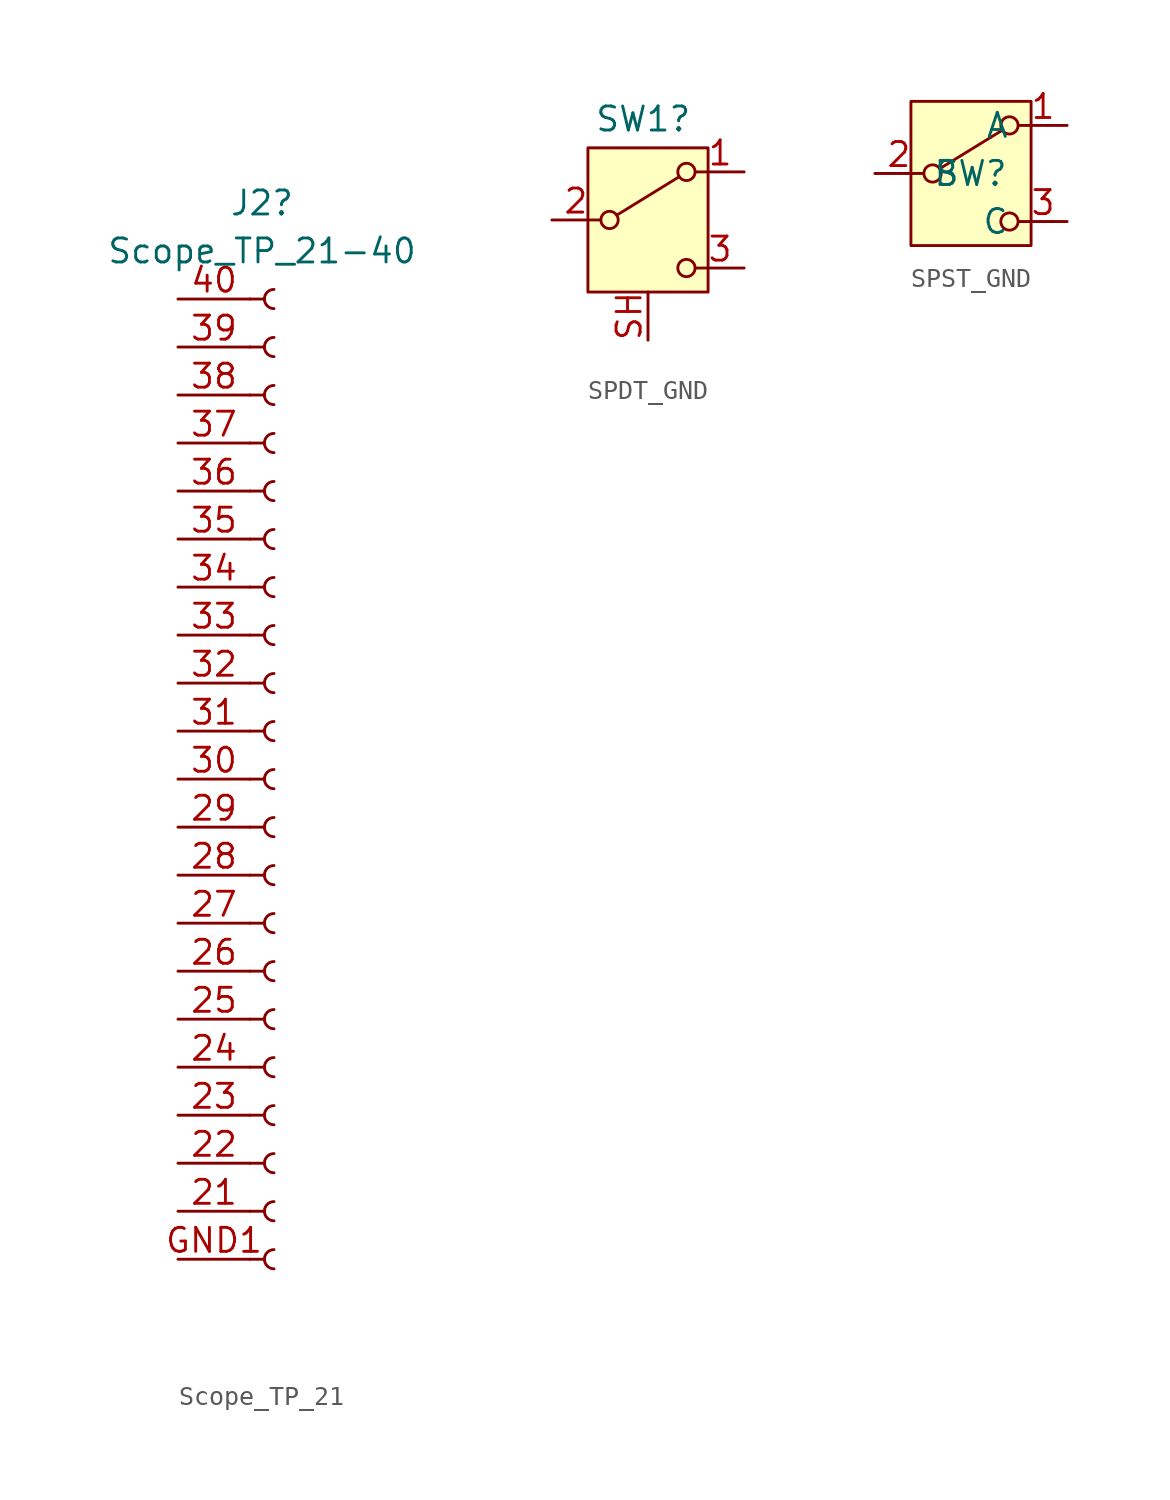
<source format=kicad_sym>
(kicad_symbol_lib
  (version 20241209)
  (generator "kicad_symbol_editor")
  (generator_version "9.0")
  (symbol "Scope_TP_21"
    (pin_names
      (offset 1.016)
      (hide yes))
    (property "Reference" "J2"
      (at -0.635 30.48 0)
      (effects (font (size 1.27 1.27))))
    (property "Value" "Scope_TP_21-40"
      (at -0.635 27.94 0)
      (effects (font (size 1.27 1.27))))
    (property "ki_locked" ""
      (at 0 0 0)
      (effects (font (size 1.27 1.27))))
    (symbol "Scope_TP_21_1_1"
      (polyline (pts (xy -1.27 25.4) (xy -0.508 25.4)) (stroke (width 0.152) (type default)) (fill (type none)))
      (polyline (pts (xy -1.27 22.86) (xy -0.508 22.86)) (stroke (width 0.152) (type default)) (fill (type none)))
      (polyline (pts (xy -1.27 20.32) (xy -0.508 20.32)) (stroke (width 0.152) (type default)) (fill (type none)))
      (polyline (pts (xy -1.27 17.78) (xy -0.508 17.78)) (stroke (width 0.152) (type default)) (fill (type none)))
      (polyline (pts (xy -1.27 15.24) (xy -0.508 15.24)) (stroke (width 0.152) (type default)) (fill (type none)))
      (polyline (pts (xy -1.27 12.7) (xy -0.508 12.7)) (stroke (width 0.152) (type default)) (fill (type none)))
      (polyline (pts (xy -1.27 10.16) (xy -0.508 10.16)) (stroke (width 0.152) (type default)) (fill (type none)))
      (polyline (pts (xy -1.27 7.62) (xy -0.508 7.62)) (stroke (width 0.152) (type default)) (fill (type none)))
      (polyline (pts (xy -1.27 5.08) (xy -0.508 5.08)) (stroke (width 0.152) (type default)) (fill (type none)))
      (polyline (pts (xy -1.27 2.54) (xy -0.508 2.54)) (stroke (width 0.152) (type default)) (fill (type none)))
      (polyline (pts (xy -1.27 0) (xy -0.508 0)) (stroke (width 0.152) (type default)) (fill (type none)))
      (polyline (pts (xy -1.27 -2.54) (xy -0.508 -2.54)) (stroke (width 0.152) (type default)) (fill (type none)))
      (polyline (pts (xy -1.27 -5.08) (xy -0.508 -5.08)) (stroke (width 0.152) (type default)) (fill (type none)))
      (polyline (pts (xy -1.27 -7.62) (xy -0.508 -7.62)) (stroke (width 0.152) (type default)) (fill (type none)))
      (polyline (pts (xy -1.27 -10.16) (xy -0.508 -10.16)) (stroke (width 0.152) (type default)) (fill (type none)))
      (polyline (pts (xy -1.27 -12.7) (xy -0.508 -12.7)) (stroke (width 0.152) (type default)) (fill (type none)))
      (polyline (pts (xy -1.27 -15.24) (xy -0.508 -15.24)) (stroke (width 0.152) (type default)) (fill (type none)))
      (polyline (pts (xy -1.27 -17.78) (xy -0.508 -17.78)) (stroke (width 0.152) (type default)) (fill (type none)))
      (polyline (pts (xy -1.27 -20.32) (xy -0.508 -20.32)) (stroke (width 0.152) (type default)) (fill (type none)))
      (polyline (pts (xy -1.27 -22.86) (xy -0.508 -22.86)) (stroke (width 0.152) (type default)) (fill (type none)))
      (polyline (pts (xy -1.27 -25.4) (xy -0.508 -25.4)) (stroke (width 0.152) (type default)) (fill (type none)))
      (arc (start 0 24.892) (mid -0.5058 25.4) (end 0 25.908) (stroke (width 0.1524) (type default)) (fill (type none)))
      (arc (start 0 22.352) (mid -0.5058 22.86) (end 0 23.368) (stroke (width 0.1524) (type default)) (fill (type none)))
      (arc (start 0 19.812) (mid -0.5058 20.32) (end 0 20.828) (stroke (width 0.1524) (type default)) (fill (type none)))
      (arc (start 0 17.272) (mid -0.5058 17.78) (end 0 18.288) (stroke (width 0.1524) (type default)) (fill (type none)))
      (arc (start 0 14.732) (mid -0.5058 15.24) (end 0 15.748) (stroke (width 0.1524) (type default)) (fill (type none)))
      (arc (start 0 12.192) (mid -0.5058 12.7) (end 0 13.208) (stroke (width 0.1524) (type default)) (fill (type none)))
      (arc (start 0 9.652) (mid -0.5058 10.16) (end 0 10.668) (stroke (width 0.1524) (type default)) (fill (type none)))
      (arc (start 0 7.112) (mid -0.5058 7.62) (end 0 8.128) (stroke (width 0.1524) (type default)) (fill (type none)))
      (arc (start 0 4.572) (mid -0.5058 5.08) (end 0 5.588) (stroke (width 0.1524) (type default)) (fill (type none)))
      (arc (start 0 2.032) (mid -0.5058 2.54) (end 0 3.048) (stroke (width 0.1524) (type default)) (fill (type none)))
      (arc (start 0 -0.508) (mid -0.5058 0) (end 0 0.508) (stroke (width 0.1524) (type default)) (fill (type none)))
      (arc (start 0 -3.048) (mid -0.5058 -2.54) (end 0 -2.032) (stroke (width 0.1524) (type default)) (fill (type none)))
      (arc (start 0 -5.588) (mid -0.5058 -5.08) (end 0 -4.572) (stroke (width 0.1524) (type default)) (fill (type none)))
      (arc (start 0 -8.128) (mid -0.5058 -7.62) (end 0 -7.112) (stroke (width 0.1524) (type default)) (fill (type none)))
      (arc (start 0 -10.668) (mid -0.5058 -10.16) (end 0 -9.652) (stroke (width 0.1524) (type default)) (fill (type none)))
      (arc (start 0 -13.208) (mid -0.5058 -12.7) (end 0 -12.192) (stroke (width 0.1524) (type default)) (fill (type none)))
      (arc (start 0 -15.748) (mid -0.5058 -15.24) (end 0 -14.732) (stroke (width 0.1524) (type default)) (fill (type none)))
      (arc (start 0 -18.288) (mid -0.5058 -17.78) (end 0 -17.272) (stroke (width 0.1524) (type default)) (fill (type none)))
      (arc (start 0 -20.828) (mid -0.5058 -20.32) (end 0 -19.812) (stroke (width 0.1524) (type default)) (fill (type none)))
      (arc (start 0 -23.368) (mid -0.5058 -22.86) (end 0 -22.352) (stroke (width 0.1524) (type default)) (fill (type none)))
      (arc (start 0 -25.908) (mid -0.5058 -25.4) (end 0 -24.892) (stroke (width 0.1524) (type default)) (fill (type none)))
      (pin passive line (at -5.08 25.4 0) (length 3.81) (name "Pin_40" (effects (font (size 1.27 1.27)))) (number "40" (effects (font (size 1.27 1.27)))))
      (pin passive line (at -5.08 22.86 0) (length 3.81) (name "Pin_39" (effects (font (size 1.27 1.27)))) (number "39" (effects (font (size 1.27 1.27)))))
      (pin passive line (at -5.08 20.32 0) (length 3.81) (name "Pin_38" (effects (font (size 1.27 1.27)))) (number "38" (effects (font (size 1.27 1.27)))))
      (pin passive line (at -5.08 17.78 0) (length 3.81) (name "Pin_.7" (effects (font (size 1.27 1.27)))) (number "37" (effects (font (size 1.27 1.27)))))
      (pin passive line (at -5.08 15.24 0) (length 3.81) (name "Pin_36" (effects (font (size 1.27 1.27)))) (number "36" (effects (font (size 1.27 1.27)))))
      (pin passive line (at -5.08 12.7 0) (length 3.81) (name "Pin_35" (effects (font (size 1.27 1.27)))) (number "35" (effects (font (size 1.27 1.27)))))
      (pin passive line (at -5.08 10.16 0) (length 3.81) (name "Pin_34" (effects (font (size 1.27 1.27)))) (number "34" (effects (font (size 1.27 1.27)))))
      (pin passive line (at -5.08 7.62 0) (length 3.81) (name "Pin_33" (effects (font (size 1.27 1.27)))) (number "33" (effects (font (size 1.27 1.27)))))
      (pin passive line (at -5.08 5.08 0) (length 3.81) (name "Pin_32" (effects (font (size 1.27 1.27)))) (number "32" (effects (font (size 1.27 1.27)))))
      (pin passive line (at -5.08 2.54 0) (length 3.81) (name "Pin_31" (effects (font (size 1.27 1.27)))) (number "31" (effects (font (size 1.27 1.27)))))
      (pin passive line (at -5.08 0 0) (length 3.81) (name "Pin_30" (effects (font (size 1.27 1.27)))) (number "30" (effects (font (size 1.27 1.27)))))
      (pin passive line (at -5.08 -2.54 0) (length 3.81) (name "Pin_29" (effects (font (size 1.27 1.27)))) (number "29" (effects (font (size 1.27 1.27)))))
      (pin passive line (at -5.08 -5.08 0) (length 3.81) (name "Pin_28" (effects (font (size 1.27 1.27)))) (number "28" (effects (font (size 1.27 1.27)))))
      (pin passive line (at -5.08 -7.62 0) (length 3.81) (name "Pin_27" (effects (font (size 1.27 1.27)))) (number "27" (effects (font (size 1.27 1.27)))))
      (pin passive line (at -5.08 -10.16 0) (length 3.81) (name "Pin_26" (effects (font (size 1.27 1.27)))) (number "26" (effects (font (size 1.27 1.27)))))
      (pin passive line (at -5.08 -12.7 0) (length 3.81) (name "Pin_25" (effects (font (size 1.27 1.27)))) (number "25" (effects (font (size 1.27 1.27)))))
      (pin passive line (at -5.08 -15.24 0) (length 3.81) (name "Pin_24" (effects (font (size 1.27 1.27)))) (number "24" (effects (font (size 1.27 1.27)))))
      (pin passive line (at -5.08 -17.78 0) (length 3.81) (name "Pin_23" (effects (font (size 1.27 1.27)))) (number "23" (effects (font (size 1.27 1.27)))))
      (pin passive line (at -5.08 -20.32 0) (length 3.81) (name "Pin_22" (effects (font (size 1.27 1.27)))) (number "22" (effects (font (size 1.27 1.27)))))
      (pin passive line (at -5.08 -22.86 0) (length 3.81) (name "Pin_21" (effects (font (size 1.27 1.27)))) (number "21" (effects (font (size 1.27 1.27)))))
      (pin passive line (at -5.08 -25.4 0) (length 3.81) (name "GND" (effects (font (size 1.27 1.27)))) (number "GND1" (effects (font (size 1.27 1.27)))))))
  (symbol "SPDT_GND"
    (pin_names
      (hide yes))
    (property "Reference" "SW1"
      (at -0.254 5.334 0)
      (effects (font (size 1.27 1.27))))
    (symbol "SPDT_GND_0_1"
      (circle (center -2.032 0) (radius 0.457) (stroke (width 0) (type default)) (fill (type none)))
      (polyline (pts (xy -1.651 0.254) (xy 1.651 2.286)) (stroke (width 0) (type default)) (fill (type none)))
      (circle (center 2.032 2.54) (radius 0.457) (stroke (width 0) (type default)) (fill (type none)))
      (circle (center 2.032 -2.54) (radius 0.457) (stroke (width 0) (type default)) (fill (type none))))
    (symbol "SPDT_GND_1_1"
      (rectangle (start -3.175 3.81) (end 3.175 -3.81) (stroke (width 0) (type solid)) (fill (type background)))
      (pin passive line (at -5.08 0 0) (length 2.54) (name "B" (effects (font (size 1.27 1.27)))) (number "2" (effects (font (size 1.27 1.27)))))
      (pin passive line (at 0 -6.35 90) (length 2.54) (name "SH" (effects (font (size 1.27 1.27)))) (number "SH" (effects (font (size 1.27 1.27)))))
      (pin passive line (at 5.08 2.54 180) (length 2.54) (name "A" (effects (font (size 1.27 1.27)))) (number "1" (effects (font (size 1.27 1.27)))))
      (pin passive line (at 5.08 -2.54 180) (length 2.54) (name "C" (effects (font (size 1.27 1.27)))) (number "3" (effects (font (size 1.27 1.27)))))))
  (symbol "SPST_GND"
    (property "Reference" "SW"
      (at 0 0 0)
      (effects (font (size 1.27 1.27))))
    (property "Value" ""
      (at 0 0 0)
      (effects (font (size 1.27 1.27))))
    (symbol "SPST_GND_0_1"
      (circle (center -2.032 0) (radius 0.457) (stroke (width 0) (type default)) (fill (type none)))
      (polyline (pts (xy -1.651 0.254) (xy 1.651 2.286)) (stroke (width 0) (type default)) (fill (type none)))
      (circle (center 2.032 2.54) (radius 0.457) (stroke (width 0) (type default)) (fill (type none)))
      (circle (center 2.032 -2.54) (radius 0.457) (stroke (width 0) (type default)) (fill (type none))))
    (symbol "SPST_GND_1_1"
      (rectangle (start -3.175 3.81) (end 3.175 -3.81) (stroke (width 0) (type default)) (fill (type background)))
      (pin passive line (at -5.08 0 0) (length 2.54) (name "B" (effects (font (size 1.27 1.27)))) (number "2" (effects (font (size 1.27 1.27)))))
      (pin passive line (at 5.08 2.54 180) (length 2.54) (name "A" (effects (font (size 1.27 1.27)))) (number "1" (effects (font (size 1.27 1.27)))))
      (pin passive line (at 5.08 -2.54 180) (length 2.54) (name "C" (effects (font (size 1.27 1.27)))) (number "3" (effects (font (size 1.27 1.27))))))))
</source>
